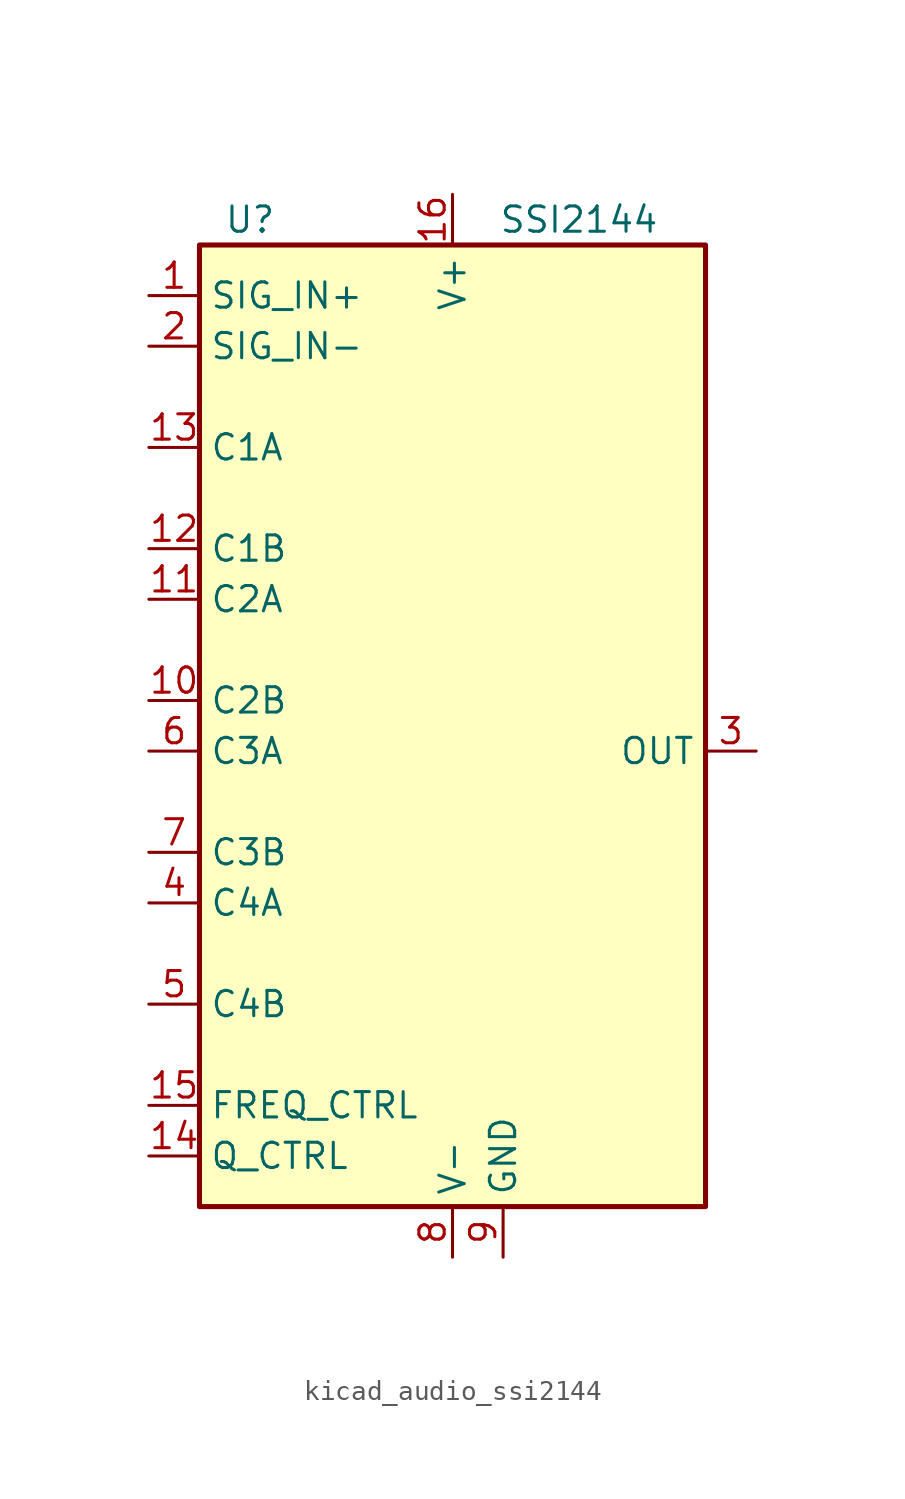
<source format=kicad_sym>
(kicad_symbol_lib
  (version 20220914)
  (generator kicad_symbol_editor)
  (symbol "kicad_audio_ssi2144"
    (property "Reference" "U"
      (at -10.16 26.67 0)
      (effects (font (size 1.27 1.27))))
    (property "Value" "SSI2144"
      (at 6.35 26.67 0)
      (effects (font (size 1.27 1.27))))
    (symbol "kicad_audio_ssi2144_0_1"
      (rectangle (start -12.7 25.4) (end 12.7 -22.86) (stroke (width 0.254) (type default)) (fill (type background))))
    (symbol "kicad_audio_ssi2144_1_1"
      (pin input line (at -15.24 22.86 0) (length 2.54) (name "SIG_IN+" (effects (font (size 1.27 1.27)))) (number "1" (effects (font (size 1.27 1.27)))))
      (pin passive line (at -15.24 2.54 0) (length 2.54) (name "C2B" (effects (font (size 1.27 1.27)))) (number "10" (effects (font (size 1.27 1.27)))))
      (pin passive line (at -15.24 7.62 0) (length 2.54) (name "C2A" (effects (font (size 1.27 1.27)))) (number "11" (effects (font (size 1.27 1.27)))))
      (pin passive line (at -15.24 10.16 0) (length 2.54) (name "C1B" (effects (font (size 1.27 1.27)))) (number "12" (effects (font (size 1.27 1.27)))))
      (pin passive line (at -15.24 15.24 0) (length 2.54) (name "C1A" (effects (font (size 1.27 1.27)))) (number "13" (effects (font (size 1.27 1.27)))))
      (pin passive line (at -15.24 -20.32 0) (length 2.54) (name "Q_CTRL" (effects (font (size 1.27 1.27)))) (number "14" (effects (font (size 1.27 1.27)))))
      (pin passive line (at -15.24 -17.78 0) (length 2.54) (name "FREQ_CTRL" (effects (font (size 1.27 1.27)))) (number "15" (effects (font (size 1.27 1.27)))))
      (pin power_in line (at 0 27.94 270) (length 2.54) (name "V+" (effects (font (size 1.27 1.27)))) (number "16" (effects (font (size 1.27 1.27)))))
      (pin input line (at -15.24 20.32 0) (length 2.54) (name "SIG_IN-" (effects (font (size 1.27 1.27)))) (number "2" (effects (font (size 1.27 1.27)))))
      (pin output line (at 15.24 0 180) (length 2.54) (name "OUT" (effects (font (size 1.27 1.27)))) (number "3" (effects (font (size 1.27 1.27)))))
      (pin passive line (at -15.24 -7.62 0) (length 2.54) (name "C4A" (effects (font (size 1.27 1.27)))) (number "4" (effects (font (size 1.27 1.27)))))
      (pin passive line (at -15.24 -12.7 0) (length 2.54) (name "C4B" (effects (font (size 1.27 1.27)))) (number "5" (effects (font (size 1.27 1.27)))))
      (pin passive line (at -15.24 0 0) (length 2.54) (name "C3A" (effects (font (size 1.27 1.27)))) (number "6" (effects (font (size 1.27 1.27)))))
      (pin passive line (at -15.24 -5.08 0) (length 2.54) (name "C3B" (effects (font (size 1.27 1.27)))) (number "7" (effects (font (size 1.27 1.27)))))
      (pin power_in line (at 0 -25.4 90) (length 2.54) (name "V-" (effects (font (size 1.27 1.27)))) (number "8" (effects (font (size 1.27 1.27)))))
      (pin power_in line (at 2.54 -25.4 90) (length 2.54) (name "GND" (effects (font (size 1.27 1.27)))) (number "9" (effects (font (size 1.27 1.27))))))))
</source>
